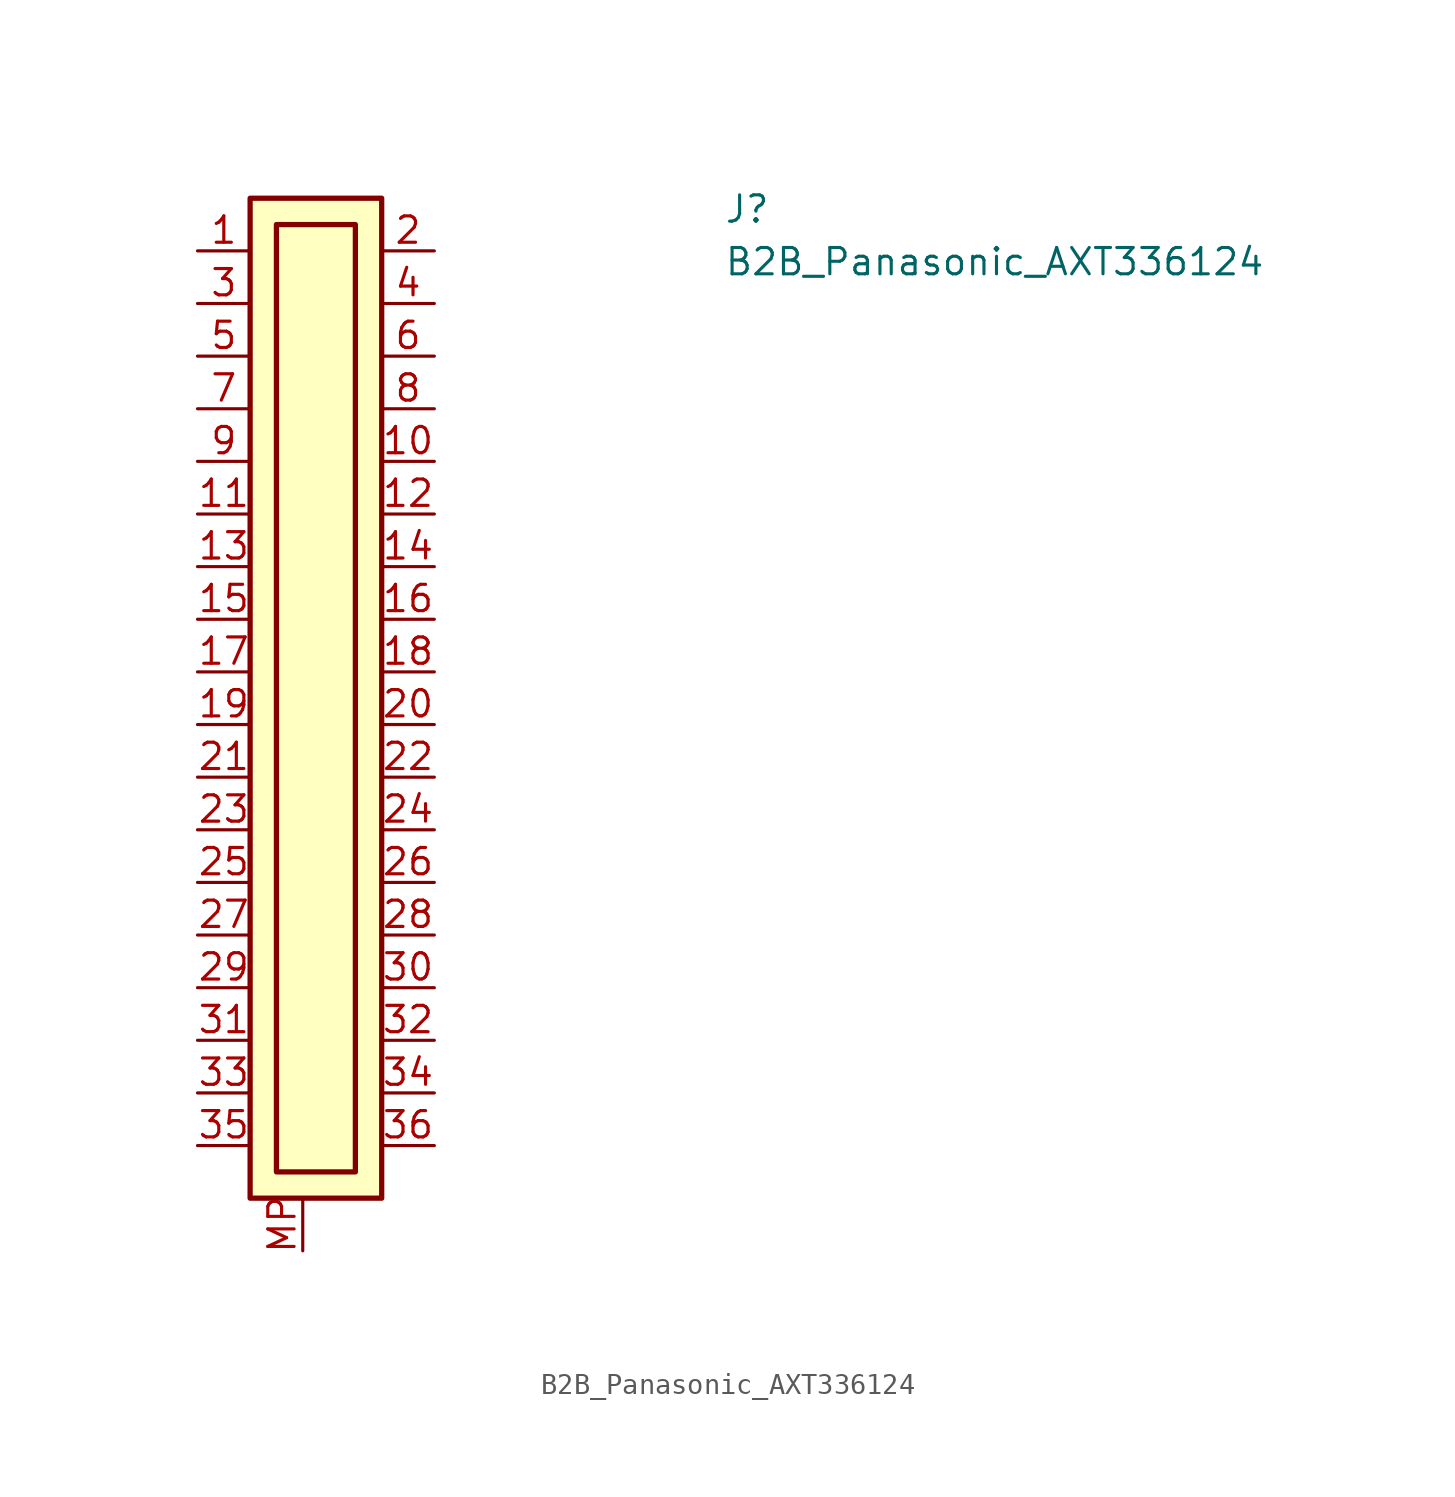
<source format=kicad_sym>
(kicad_symbol_lib
  (version 20211014)
  (generator kicad_symbol_editor)
  (symbol "B2B_Panasonic_AXT336124"
    (property "Reference" "J"
      (at 25.4 1.27 0)
      (effects (font (size 1.27 1.27) (thickness 0.15)) (justify left bottom)))
    (property "Value" "B2B_Panasonic_AXT336124"
      (at 25.4 -1.27 0)
      (effects (font (size 1.27 1.27) (thickness 0.15)) (justify left bottom)))
    (symbol "B2B_Panasonic_AXT336124_1_1"
      (rectangle (start 2.54 2.54) (end 8.89 -45.72) (stroke (width 0.254) (type default) (color 0 0 0 0)) (fill (type background)))
      (rectangle (start 3.81 1.27) (end 7.62 -44.45) (stroke (width 0.254) (type default) (color 0 0 0 0)) (fill (type background)))
      (pin bidirectional line (at 0 0 0) (length 2.54) (name "~" (effects (font (size 1.27 1.27)))) (number "1" (effects (font (size 1.27 1.27)))))
      (pin bidirectional line (at 11.43 -10.16 180) (length 2.54) (name "~" (effects (font (size 1.27 1.27)))) (number "10" (effects (font (size 1.27 1.27)))))
      (pin bidirectional line (at 0 -12.7 0) (length 2.54) (name "~" (effects (font (size 1.27 1.27)))) (number "11" (effects (font (size 1.27 1.27)))))
      (pin bidirectional line (at 11.43 -12.7 180) (length 2.54) (name "~" (effects (font (size 1.27 1.27)))) (number "12" (effects (font (size 1.27 1.27)))))
      (pin bidirectional line (at 0 -15.24 0) (length 2.54) (name "~" (effects (font (size 1.27 1.27)))) (number "13" (effects (font (size 1.27 1.27)))))
      (pin bidirectional line (at 11.43 -15.24 180) (length 2.54) (name "~" (effects (font (size 1.27 1.27)))) (number "14" (effects (font (size 1.27 1.27)))))
      (pin bidirectional line (at 0 -17.78 0) (length 2.54) (name "~" (effects (font (size 1.27 1.27)))) (number "15" (effects (font (size 1.27 1.27)))))
      (pin bidirectional line (at 11.43 -17.78 180) (length 2.54) (name "~" (effects (font (size 1.27 1.27)))) (number "16" (effects (font (size 1.27 1.27)))))
      (pin bidirectional line (at 0 -20.32 0) (length 2.54) (name "~" (effects (font (size 1.27 1.27)))) (number "17" (effects (font (size 1.27 1.27)))))
      (pin bidirectional line (at 11.43 -20.32 180) (length 2.54) (name "~" (effects (font (size 1.27 1.27)))) (number "18" (effects (font (size 1.27 1.27)))))
      (pin bidirectional line (at 0 -22.86 0) (length 2.54) (name "~" (effects (font (size 1.27 1.27)))) (number "19" (effects (font (size 1.27 1.27)))))
      (pin bidirectional line (at 11.43 0 180) (length 2.54) (name "~" (effects (font (size 1.27 1.27)))) (number "2" (effects (font (size 1.27 1.27)))))
      (pin bidirectional line (at 11.43 -22.86 180) (length 2.54) (name "~" (effects (font (size 1.27 1.27)))) (number "20" (effects (font (size 1.27 1.27)))))
      (pin bidirectional line (at 0 -25.4 0) (length 2.54) (name "~" (effects (font (size 1.27 1.27)))) (number "21" (effects (font (size 1.27 1.27)))))
      (pin bidirectional line (at 11.43 -25.4 180) (length 2.54) (name "~" (effects (font (size 1.27 1.27)))) (number "22" (effects (font (size 1.27 1.27)))))
      (pin bidirectional line (at 0 -27.94 0) (length 2.54) (name "~" (effects (font (size 1.27 1.27)))) (number "23" (effects (font (size 1.27 1.27)))))
      (pin bidirectional line (at 11.43 -27.94 180) (length 2.54) (name "~" (effects (font (size 1.27 1.27)))) (number "24" (effects (font (size 1.27 1.27)))))
      (pin bidirectional line (at 0 -30.48 0) (length 2.54) (name "~" (effects (font (size 1.27 1.27)))) (number "25" (effects (font (size 1.27 1.27)))))
      (pin bidirectional line (at 11.43 -30.48 180) (length 2.54) (name "~" (effects (font (size 1.27 1.27)))) (number "26" (effects (font (size 1.27 1.27)))))
      (pin bidirectional line (at 0 -33.02 0) (length 2.54) (name "~" (effects (font (size 1.27 1.27)))) (number "27" (effects (font (size 1.27 1.27)))))
      (pin bidirectional line (at 11.43 -33.02 180) (length 2.54) (name "~" (effects (font (size 1.27 1.27)))) (number "28" (effects (font (size 1.27 1.27)))))
      (pin bidirectional line (at 0 -35.56 0) (length 2.54) (name "~" (effects (font (size 1.27 1.27)))) (number "29" (effects (font (size 1.27 1.27)))))
      (pin bidirectional line (at 0 -2.54 0) (length 2.54) (name "~" (effects (font (size 1.27 1.27)))) (number "3" (effects (font (size 1.27 1.27)))))
      (pin bidirectional line (at 11.43 -35.56 180) (length 2.54) (name "~" (effects (font (size 1.27 1.27)))) (number "30" (effects (font (size 1.27 1.27)))))
      (pin bidirectional line (at 0 -38.1 0) (length 2.54) (name "~" (effects (font (size 1.27 1.27)))) (number "31" (effects (font (size 1.27 1.27)))))
      (pin bidirectional line (at 11.43 -38.1 180) (length 2.54) (name "~" (effects (font (size 1.27 1.27)))) (number "32" (effects (font (size 1.27 1.27)))))
      (pin bidirectional line (at 0 -40.64 0) (length 2.54) (name "~" (effects (font (size 1.27 1.27)))) (number "33" (effects (font (size 1.27 1.27)))))
      (pin bidirectional line (at 11.43 -40.64 180) (length 2.54) (name "~" (effects (font (size 1.27 1.27)))) (number "34" (effects (font (size 1.27 1.27)))))
      (pin bidirectional line (at 0 -43.18 0) (length 2.54) (name "~" (effects (font (size 1.27 1.27)))) (number "35" (effects (font (size 1.27 1.27)))))
      (pin bidirectional line (at 11.43 -43.18 180) (length 2.54) (name "~" (effects (font (size 1.27 1.27)))) (number "36" (effects (font (size 1.27 1.27)))))
      (pin bidirectional line (at 11.43 -2.54 180) (length 2.54) (name "~" (effects (font (size 1.27 1.27)))) (number "4" (effects (font (size 1.27 1.27)))))
      (pin bidirectional line (at 0 -5.08 0) (length 2.54) (name "~" (effects (font (size 1.27 1.27)))) (number "5" (effects (font (size 1.27 1.27)))))
      (pin bidirectional line (at 11.43 -5.08 180) (length 2.54) (name "~" (effects (font (size 1.27 1.27)))) (number "6" (effects (font (size 1.27 1.27)))))
      (pin bidirectional line (at 0 -7.62 0) (length 2.54) (name "~" (effects (font (size 1.27 1.27)))) (number "7" (effects (font (size 1.27 1.27)))))
      (pin bidirectional line (at 11.43 -7.62 180) (length 2.54) (name "~" (effects (font (size 1.27 1.27)))) (number "8" (effects (font (size 1.27 1.27)))))
      (pin bidirectional line (at 0 -10.16 0) (length 2.54) (name "~" (effects (font (size 1.27 1.27)))) (number "9" (effects (font (size 1.27 1.27)))))
      (pin bidirectional line (at 5.08 -48.26 90) (length 2.54) (name "~" (effects (font (size 1.27 1.27)))) (number "MP" (effects (font (size 1.27 1.27))))))))
</source>
